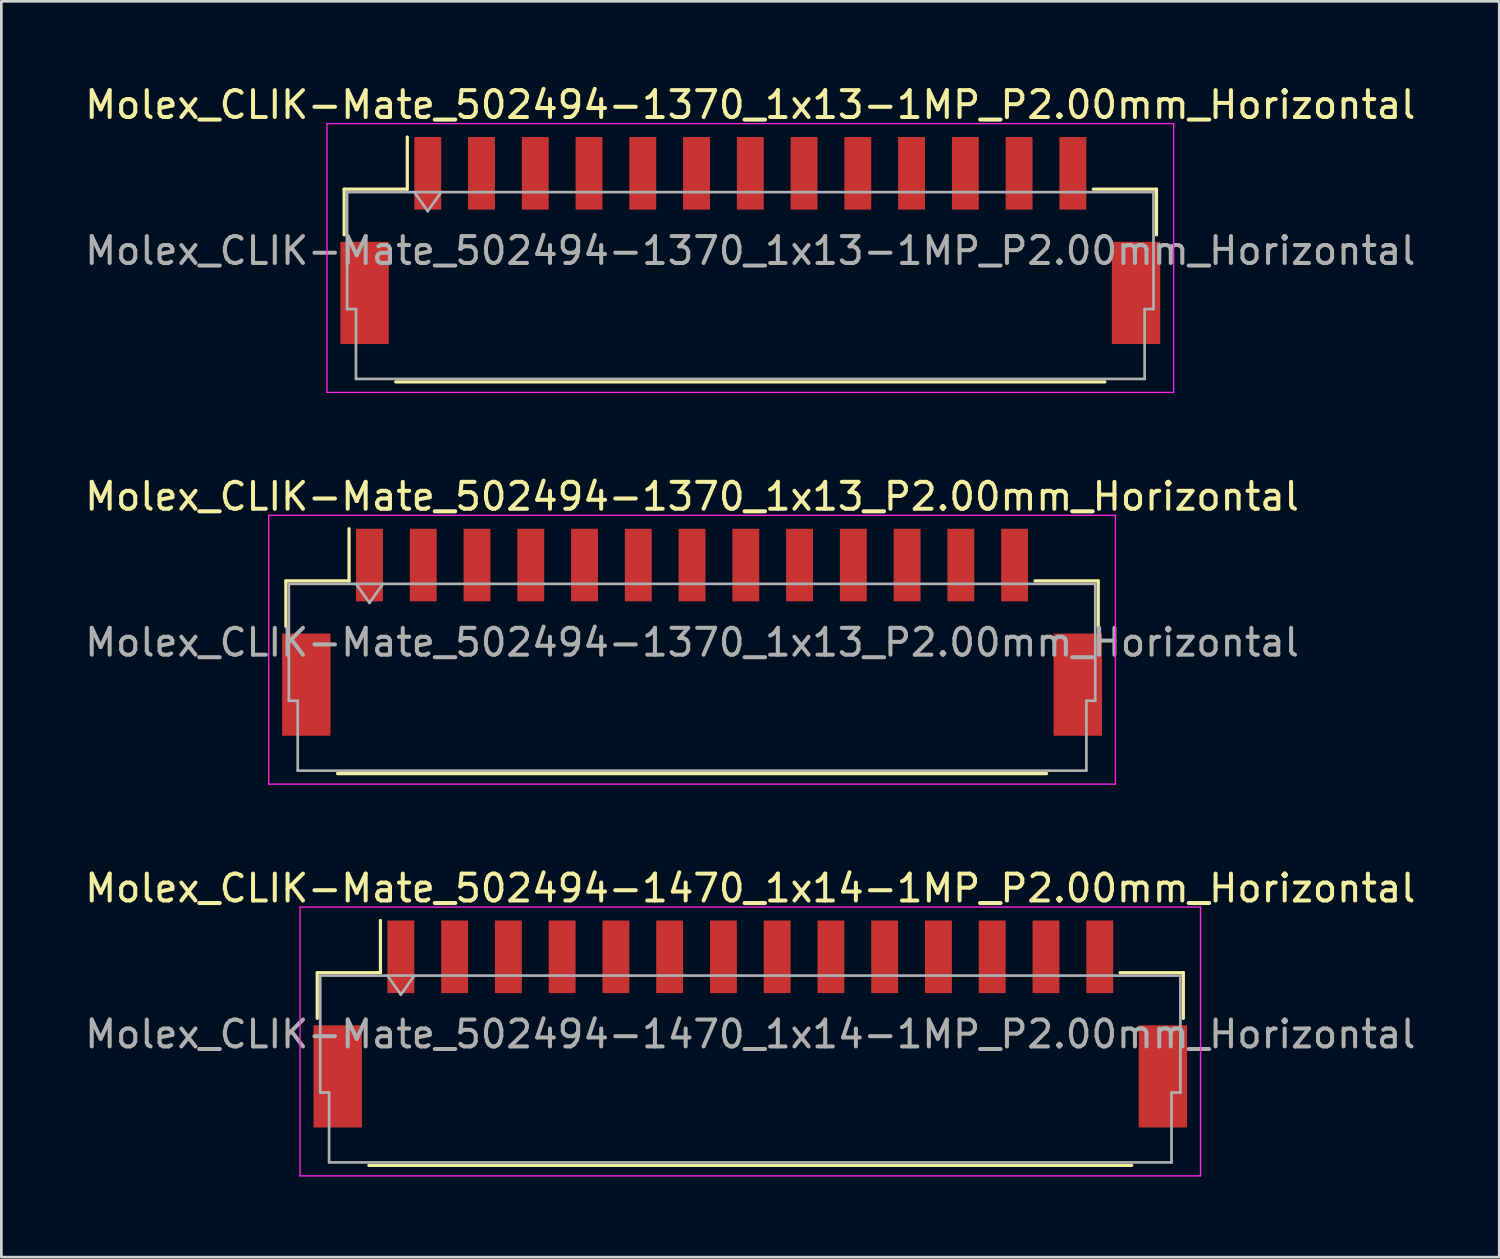
<source format=kicad_pcb>
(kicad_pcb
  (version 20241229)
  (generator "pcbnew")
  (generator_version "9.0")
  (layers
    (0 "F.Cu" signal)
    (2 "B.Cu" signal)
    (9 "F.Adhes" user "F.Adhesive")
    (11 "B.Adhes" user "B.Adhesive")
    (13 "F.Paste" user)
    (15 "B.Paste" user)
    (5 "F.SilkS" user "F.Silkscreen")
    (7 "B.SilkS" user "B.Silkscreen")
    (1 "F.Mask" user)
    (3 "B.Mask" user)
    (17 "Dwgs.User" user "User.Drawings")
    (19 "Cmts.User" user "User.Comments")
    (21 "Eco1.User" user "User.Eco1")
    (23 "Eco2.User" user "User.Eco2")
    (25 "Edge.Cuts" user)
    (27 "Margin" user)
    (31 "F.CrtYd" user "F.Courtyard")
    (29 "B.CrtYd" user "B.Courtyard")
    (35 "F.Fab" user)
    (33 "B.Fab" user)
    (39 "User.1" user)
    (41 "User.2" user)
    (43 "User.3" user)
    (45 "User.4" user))
  (footprint "Molex_CLIK-Mate_502494-1370_1x13-1MP_P2.00mm_Horizontal"
    (layer "F.Cu")
    (at 24.863 5.898)
    (property "Reference" "Molex_CLIK-Mate_502494-1370_1x13-1MP_P2.00mm_Horizontal" (at 0 -5.05 0) (layer "F.SilkS") (effects (font (size 1 1) (thickness 0.15))))
    (attr smd)
    (fp_line (start -15.11 -1.91) (end -12.76 -1.91) (stroke (width 0.12) (type solid)) (layer "F.SilkS"))
    (fp_line (start -15.11 -0.21) (end -15.11 -1.91) (stroke (width 0.12) (type solid)) (layer "F.SilkS"))
    (fp_line (start -13.19 5.26) (end 13.19 5.26) (stroke (width 0.12) (type solid)) (layer "F.SilkS"))
    (fp_line (start -12.76 -1.91) (end -12.76 -3.85) (stroke (width 0.12) (type solid)) (layer "F.SilkS"))
    (fp_line (start 15.11 -1.91) (end 12.76 -1.91) (stroke (width 0.12) (type solid)) (layer "F.SilkS"))
    (fp_line (start 15.11 -0.21) (end 15.11 -1.91) (stroke (width 0.12) (type solid)) (layer "F.SilkS"))
    (fp_line (start -15.75 -4.35) (end -15.75 5.65) (stroke (width 0.05) (type solid)) (layer "F.CrtYd"))
    (fp_line (start -15.75 5.65) (end 15.75 5.65) (stroke (width 0.05) (type solid)) (layer "F.CrtYd"))
    (fp_line (start 15.75 -4.35) (end -15.75 -4.35) (stroke (width 0.05) (type solid)) (layer "F.CrtYd"))
    (fp_line (start 15.75 5.65) (end 15.75 -4.35) (stroke (width 0.05) (type solid)) (layer "F.CrtYd"))
    (fp_line (start -15 -1.8) (end -15 2.55) (stroke (width 0.1) (type solid)) (layer "F.Fab"))
    (fp_line (start -15 -1.8) (end 15 -1.8) (stroke (width 0.1) (type solid)) (layer "F.Fab"))
    (fp_line (start -15 2.55) (end -14.67 2.55) (stroke (width 0.1) (type solid)) (layer "F.Fab"))
    (fp_line (start -14.67 2.55) (end -14.67 5.15) (stroke (width 0.1) (type solid)) (layer "F.Fab"))
    (fp_line (start -14.67 5.15) (end 14.67 5.15) (stroke (width 0.1) (type solid)) (layer "F.Fab"))
    (fp_line (start -12.5 -1.8) (end -12 -1.093) (stroke (width 0.1) (type solid)) (layer "F.Fab"))
    (fp_line (start -12 -1.093) (end -11.5 -1.8) (stroke (width 0.1) (type solid)) (layer "F.Fab"))
    (fp_line (start 14.67 2.55) (end 15 2.55) (stroke (width 0.1) (type solid)) (layer "F.Fab"))
    (fp_line (start 14.67 5.15) (end 14.67 2.55) (stroke (width 0.1) (type solid)) (layer "F.Fab"))
    (fp_line (start 15 -1.8) (end 15 2.55) (stroke (width 0.1) (type solid)) (layer "F.Fab"))
    (fp_text user "${REFERENCE}" (at 0 0.38 0) (layer "F.Fab") (effects (font (size 1 1) (thickness 0.15))))
    (pad "1" smd rect (at -12 -2.5) (size 1 2.7) (layers "F.Cu" "F.Mask" "F.Paste"))
    (pad "2" smd rect (at -10 -2.5) (size 1 2.7) (layers "F.Cu" "F.Mask" "F.Paste"))
    (pad "3" smd rect (at -8 -2.5) (size 1 2.7) (layers "F.Cu" "F.Mask" "F.Paste"))
    (pad "4" smd rect (at -6 -2.5) (size 1 2.7) (layers "F.Cu" "F.Mask" "F.Paste"))
    (pad "5" smd rect (at -4 -2.5) (size 1 2.7) (layers "F.Cu" "F.Mask" "F.Paste"))
    (pad "6" smd rect (at -2 -2.5) (size 1 2.7) (layers "F.Cu" "F.Mask" "F.Paste"))
    (pad "7" smd rect (at 0 -2.5) (size 1 2.7) (layers "F.Cu" "F.Mask" "F.Paste"))
    (pad "8" smd rect (at 2 -2.5) (size 1 2.7) (layers "F.Cu" "F.Mask" "F.Paste"))
    (pad "9" smd rect (at 4 -2.5) (size 1 2.7) (layers "F.Cu" "F.Mask" "F.Paste"))
    (pad "10" smd rect (at 6 -2.5) (size 1 2.7) (layers "F.Cu" "F.Mask" "F.Paste"))
    (pad "11" smd rect (at 8 -2.5) (size 1 2.7) (layers "F.Cu" "F.Mask" "F.Paste"))
    (pad "12" smd rect (at 10 -2.5) (size 1 2.7) (layers "F.Cu" "F.Mask" "F.Paste"))
    (pad "13" smd rect (at 12 -2.5) (size 1 2.7) (layers "F.Cu" "F.Mask" "F.Paste"))
    (pad "MP" smd rect (at -14.35 1.95) (size 1.8 3.8) (layers "F.Cu" "F.Mask" "F.Paste"))
    (pad "MP" smd rect (at 14.35 1.95) (size 1.8 3.8) (layers "F.Cu" "F.Mask" "F.Paste")))
  (footprint "Molex_CLIK-Mate_502494-1370_1x13_P2.00mm_Horizontal"
    (layer "F.Cu")
    (at 22.696 20.471)
    (property "Reference" "Molex_CLIK-Mate_502494-1370_1x13_P2.00mm_Horizontal" (at 0 -5.05 0) (layer "F.SilkS") (effects (font (size 1 1) (thickness 0.15))))
    (attr smd)
    (fp_line (start -15.11 -1.91) (end -12.76 -1.91) (stroke (width 0.12) (type solid)) (layer "F.SilkS"))
    (fp_line (start -15.11 -0.21) (end -15.11 -1.91) (stroke (width 0.12) (type solid)) (layer "F.SilkS"))
    (fp_line (start -13.19 5.26) (end 13.19 5.26) (stroke (width 0.12) (type solid)) (layer "F.SilkS"))
    (fp_line (start -12.76 -1.91) (end -12.76 -3.85) (stroke (width 0.12) (type solid)) (layer "F.SilkS"))
    (fp_line (start 15.11 -1.91) (end 12.76 -1.91) (stroke (width 0.12) (type solid)) (layer "F.SilkS"))
    (fp_line (start 15.11 -0.21) (end 15.11 -1.91) (stroke (width 0.12) (type solid)) (layer "F.SilkS"))
    (fp_line (start -15.75 -4.35) (end -15.75 5.65) (stroke (width 0.05) (type solid)) (layer "F.CrtYd"))
    (fp_line (start -15.75 5.65) (end 15.75 5.65) (stroke (width 0.05) (type solid)) (layer "F.CrtYd"))
    (fp_line (start 15.75 -4.35) (end -15.75 -4.35) (stroke (width 0.05) (type solid)) (layer "F.CrtYd"))
    (fp_line (start 15.75 5.65) (end 15.75 -4.35) (stroke (width 0.05) (type solid)) (layer "F.CrtYd"))
    (fp_line (start -15 -1.8) (end -15 2.55) (stroke (width 0.1) (type solid)) (layer "F.Fab"))
    (fp_line (start -15 -1.8) (end 15 -1.8) (stroke (width 0.1) (type solid)) (layer "F.Fab"))
    (fp_line (start -15 2.55) (end -14.67 2.55) (stroke (width 0.1) (type solid)) (layer "F.Fab"))
    (fp_line (start -14.67 2.55) (end -14.67 5.15) (stroke (width 0.1) (type solid)) (layer "F.Fab"))
    (fp_line (start -14.67 5.15) (end 14.67 5.15) (stroke (width 0.1) (type solid)) (layer "F.Fab"))
    (fp_line (start -12.5 -1.8) (end -12 -1.093) (stroke (width 0.1) (type solid)) (layer "F.Fab"))
    (fp_line (start -12 -1.093) (end -11.5 -1.8) (stroke (width 0.1) (type solid)) (layer "F.Fab"))
    (fp_line (start 14.67 2.55) (end 15 2.55) (stroke (width 0.1) (type solid)) (layer "F.Fab"))
    (fp_line (start 14.67 5.15) (end 14.67 2.55) (stroke (width 0.1) (type solid)) (layer "F.Fab"))
    (fp_line (start 15 -1.8) (end 15 2.55) (stroke (width 0.1) (type solid)) (layer "F.Fab"))
    (fp_text user "${REFERENCE}" (at 0 0.38 0) (layer "F.Fab") (effects (font (size 1 1) (thickness 0.15))))
    (pad "" smd rect (at -14.35 1.95) (size 1.8 3.8) (layers "F.Cu" "F.Mask" "F.Paste"))
    (pad "" smd rect (at 14.35 1.95) (size 1.8 3.8) (layers "F.Cu" "F.Mask" "F.Paste"))
    (pad "1" smd rect (at -12 -2.5) (size 1 2.7) (layers "F.Cu" "F.Mask" "F.Paste"))
    (pad "2" smd rect (at -10 -2.5) (size 1 2.7) (layers "F.Cu" "F.Mask" "F.Paste"))
    (pad "3" smd rect (at -8 -2.5) (size 1 2.7) (layers "F.Cu" "F.Mask" "F.Paste"))
    (pad "4" smd rect (at -6 -2.5) (size 1 2.7) (layers "F.Cu" "F.Mask" "F.Paste"))
    (pad "5" smd rect (at -4 -2.5) (size 1 2.7) (layers "F.Cu" "F.Mask" "F.Paste"))
    (pad "6" smd rect (at -2 -2.5) (size 1 2.7) (layers "F.Cu" "F.Mask" "F.Paste"))
    (pad "7" smd rect (at 0 -2.5) (size 1 2.7) (layers "F.Cu" "F.Mask" "F.Paste"))
    (pad "8" smd rect (at 2 -2.5) (size 1 2.7) (layers "F.Cu" "F.Mask" "F.Paste"))
    (pad "9" smd rect (at 4 -2.5) (size 1 2.7) (layers "F.Cu" "F.Mask" "F.Paste"))
    (pad "10" smd rect (at 6 -2.5) (size 1 2.7) (layers "F.Cu" "F.Mask" "F.Paste"))
    (pad "11" smd rect (at 8 -2.5) (size 1 2.7) (layers "F.Cu" "F.Mask" "F.Paste"))
    (pad "12" smd rect (at 10 -2.5) (size 1 2.7) (layers "F.Cu" "F.Mask" "F.Paste"))
    (pad "13" smd rect (at 12 -2.5) (size 1 2.7) (layers "F.Cu" "F.Mask" "F.Paste")))
  (footprint "Molex_CLIK-Mate_502494-1470_1x14-1MP_P2.00mm_Horizontal"
    (layer "F.Cu")
    (at 24.863 35.045)
    (property "Reference" "Molex_CLIK-Mate_502494-1470_1x14-1MP_P2.00mm_Horizontal" (at 0 -5.05 0) (layer "F.SilkS") (effects (font (size 1 1) (thickness 0.15))))
    (attr smd)
    (fp_line (start -16.11 -1.91) (end -13.76 -1.91) (stroke (width 0.12) (type solid)) (layer "F.SilkS"))
    (fp_line (start -16.11 -0.21) (end -16.11 -1.91) (stroke (width 0.12) (type solid)) (layer "F.SilkS"))
    (fp_line (start -14.19 5.26) (end 14.19 5.26) (stroke (width 0.12) (type solid)) (layer "F.SilkS"))
    (fp_line (start -13.76 -1.91) (end -13.76 -3.85) (stroke (width 0.12) (type solid)) (layer "F.SilkS"))
    (fp_line (start 16.11 -1.91) (end 13.76 -1.91) (stroke (width 0.12) (type solid)) (layer "F.SilkS"))
    (fp_line (start 16.11 -0.21) (end 16.11 -1.91) (stroke (width 0.12) (type solid)) (layer "F.SilkS"))
    (fp_line (start -16.75 -4.35) (end -16.75 5.65) (stroke (width 0.05) (type solid)) (layer "F.CrtYd"))
    (fp_line (start -16.75 5.65) (end 16.75 5.65) (stroke (width 0.05) (type solid)) (layer "F.CrtYd"))
    (fp_line (start 16.75 -4.35) (end -16.75 -4.35) (stroke (width 0.05) (type solid)) (layer "F.CrtYd"))
    (fp_line (start 16.75 5.65) (end 16.75 -4.35) (stroke (width 0.05) (type solid)) (layer "F.CrtYd"))
    (fp_line (start -16 -1.8) (end -16 2.55) (stroke (width 0.1) (type solid)) (layer "F.Fab"))
    (fp_line (start -16 -1.8) (end 16 -1.8) (stroke (width 0.1) (type solid)) (layer "F.Fab"))
    (fp_line (start -16 2.55) (end -15.67 2.55) (stroke (width 0.1) (type solid)) (layer "F.Fab"))
    (fp_line (start -15.67 2.55) (end -15.67 5.15) (stroke (width 0.1) (type solid)) (layer "F.Fab"))
    (fp_line (start -15.67 5.15) (end 15.67 5.15) (stroke (width 0.1) (type solid)) (layer "F.Fab"))
    (fp_line (start -13.5 -1.8) (end -13 -1.093) (stroke (width 0.1) (type solid)) (layer "F.Fab"))
    (fp_line (start -13 -1.093) (end -12.5 -1.8) (stroke (width 0.1) (type solid)) (layer "F.Fab"))
    (fp_line (start 15.67 2.55) (end 16 2.55) (stroke (width 0.1) (type solid)) (layer "F.Fab"))
    (fp_line (start 15.67 5.15) (end 15.67 2.55) (stroke (width 0.1) (type solid)) (layer "F.Fab"))
    (fp_line (start 16 -1.8) (end 16 2.55) (stroke (width 0.1) (type solid)) (layer "F.Fab"))
    (fp_text user "${REFERENCE}" (at 0 0.38 0) (layer "F.Fab") (effects (font (size 1 1) (thickness 0.15))))
    (pad "1" smd rect (at -13 -2.5) (size 1 2.7) (layers "F.Cu" "F.Mask" "F.Paste"))
    (pad "2" smd rect (at -11 -2.5) (size 1 2.7) (layers "F.Cu" "F.Mask" "F.Paste"))
    (pad "3" smd rect (at -9 -2.5) (size 1 2.7) (layers "F.Cu" "F.Mask" "F.Paste"))
    (pad "4" smd rect (at -7 -2.5) (size 1 2.7) (layers "F.Cu" "F.Mask" "F.Paste"))
    (pad "5" smd rect (at -5 -2.5) (size 1 2.7) (layers "F.Cu" "F.Mask" "F.Paste"))
    (pad "6" smd rect (at -3 -2.5) (size 1 2.7) (layers "F.Cu" "F.Mask" "F.Paste"))
    (pad "7" smd rect (at -1 -2.5) (size 1 2.7) (layers "F.Cu" "F.Mask" "F.Paste"))
    (pad "8" smd rect (at 1 -2.5) (size 1 2.7) (layers "F.Cu" "F.Mask" "F.Paste"))
    (pad "9" smd rect (at 3 -2.5) (size 1 2.7) (layers "F.Cu" "F.Mask" "F.Paste"))
    (pad "10" smd rect (at 5 -2.5) (size 1 2.7) (layers "F.Cu" "F.Mask" "F.Paste"))
    (pad "11" smd rect (at 7 -2.5) (size 1 2.7) (layers "F.Cu" "F.Mask" "F.Paste"))
    (pad "12" smd rect (at 9 -2.5) (size 1 2.7) (layers "F.Cu" "F.Mask" "F.Paste"))
    (pad "13" smd rect (at 11 -2.5) (size 1 2.7) (layers "F.Cu" "F.Mask" "F.Paste"))
    (pad "14" smd rect (at 13 -2.5) (size 1 2.7) (layers "F.Cu" "F.Mask" "F.Paste"))
    (pad "MP" smd rect (at -15.35 1.95) (size 1.8 3.8) (layers "F.Cu" "F.Mask" "F.Paste"))
    (pad "MP" smd rect (at 15.35 1.95) (size 1.8 3.8) (layers "F.Cu" "F.Mask" "F.Paste")))
  (gr_rect
    (start -3 -3)
    (end 52.726 43.72)
    (stroke (width 0.1) (type default))
    (fill no)
    (layer "Edge.Cuts")))
</source>
